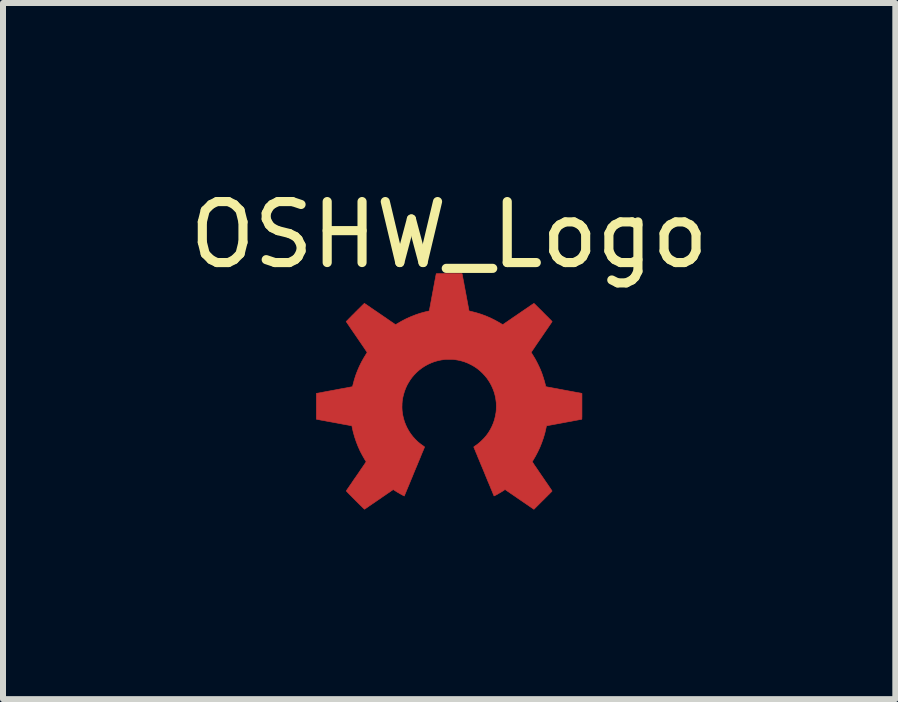
<source format=kicad_pcb>
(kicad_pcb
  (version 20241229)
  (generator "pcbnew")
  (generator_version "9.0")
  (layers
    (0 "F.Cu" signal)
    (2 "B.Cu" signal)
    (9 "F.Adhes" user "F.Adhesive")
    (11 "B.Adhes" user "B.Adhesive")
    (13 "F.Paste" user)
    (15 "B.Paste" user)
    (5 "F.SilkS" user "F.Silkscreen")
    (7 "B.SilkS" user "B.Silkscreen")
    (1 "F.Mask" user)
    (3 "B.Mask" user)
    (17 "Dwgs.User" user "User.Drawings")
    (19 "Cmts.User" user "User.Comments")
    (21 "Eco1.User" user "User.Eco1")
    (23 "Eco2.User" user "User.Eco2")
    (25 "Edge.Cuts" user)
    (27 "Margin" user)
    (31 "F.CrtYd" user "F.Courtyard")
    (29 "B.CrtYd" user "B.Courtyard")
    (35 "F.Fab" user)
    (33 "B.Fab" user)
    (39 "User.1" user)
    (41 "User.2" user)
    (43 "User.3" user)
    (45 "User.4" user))
  (footprint "OSHW_Logo"
    (layer "F.Cu")
    (at 4.433 3.719)
    (property "Reference" "OSHW_Logo" (at 0 -2.857 0) (layer "F.SilkS") (effects (font (size 1.016 1.016) (thickness 0.152))))
    (attr through_hole)
    (fp_poly (pts (xy 0.034 -2.212) (xy 0.06 -2.212) (xy 0.086 -2.212) (xy 0.111 -2.211) (xy 0.134 -2.211) (xy 0.155 -2.211) (xy 0.173 -2.211) (xy 0.189 -2.21) (xy 0.201 -2.21) (xy 0.21 -2.209) (xy 0.215 -2.209) (xy 0.215 -2.209) (xy 0.216 -2.206) (xy 0.217 -2.199) (xy 0.219 -2.188) (xy 0.222 -2.174) (xy 0.225 -2.156) (xy 0.229 -2.134) (xy 0.234 -2.11) (xy 0.239 -2.083) (xy 0.245 -2.054) (xy 0.25 -2.022) (xy 0.257 -1.989) (xy 0.263 -1.954) (xy 0.27 -1.917) (xy 0.274 -1.897) (xy 0.331 -1.589) (xy 0.365 -1.581) (xy 0.448 -1.56) (xy 0.53 -1.535) (xy 0.611 -1.505) (xy 0.69 -1.471) (xy 0.768 -1.432) (xy 0.843 -1.39) (xy 0.866 -1.376) (xy 0.876 -1.37) (xy 0.884 -1.366) (xy 0.891 -1.362) (xy 0.895 -1.361) (xy 0.895 -1.361) (xy 0.897 -1.363) (xy 0.903 -1.367) (xy 0.912 -1.373) (xy 0.924 -1.381) (xy 0.939 -1.392) (xy 0.957 -1.404) (xy 0.978 -1.418) (xy 1 -1.434) (xy 1.025 -1.45) (xy 1.051 -1.469) (xy 1.079 -1.488) (xy 1.109 -1.508) (xy 1.139 -1.529) (xy 1.154 -1.539) (xy 1.185 -1.56) (xy 1.215 -1.581) (xy 1.243 -1.6) (xy 1.271 -1.619) (xy 1.296 -1.636) (xy 1.32 -1.652) (xy 1.341 -1.667) (xy 1.36 -1.68) (xy 1.376 -1.691) (xy 1.39 -1.7) (xy 1.401 -1.707) (xy 1.408 -1.712) (xy 1.412 -1.715) (xy 1.412 -1.715) (xy 1.414 -1.713) (xy 1.419 -1.709) (xy 1.427 -1.702) (xy 1.437 -1.692) (xy 1.449 -1.68) (xy 1.463 -1.666) (xy 1.478 -1.651) (xy 1.495 -1.634) (xy 1.513 -1.616) (xy 1.532 -1.598) (xy 1.551 -1.579) (xy 1.57 -1.559) (xy 1.589 -1.54) (xy 1.608 -1.521) (xy 1.626 -1.503) (xy 1.644 -1.486) (xy 1.66 -1.469) (xy 1.674 -1.455) (xy 1.687 -1.442) (xy 1.698 -1.431) (xy 1.706 -1.422) (xy 1.712 -1.416) (xy 1.715 -1.413) (xy 1.716 -1.412) (xy 1.714 -1.41) (xy 1.711 -1.404) (xy 1.705 -1.395) (xy 1.696 -1.383) (xy 1.686 -1.368) (xy 1.674 -1.35) (xy 1.66 -1.33) (xy 1.645 -1.308) (xy 1.628 -1.283) (xy 1.61 -1.257) (xy 1.591 -1.229) (xy 1.571 -1.2) (xy 1.55 -1.169) (xy 1.541 -1.156) (xy 1.52 -1.125) (xy 1.499 -1.095) (xy 1.48 -1.067) (xy 1.461 -1.04) (xy 1.444 -1.014) (xy 1.428 -0.991) (xy 1.414 -0.969) (xy 1.401 -0.951) (xy 1.39 -0.934) (xy 1.381 -0.921) (xy 1.374 -0.91) (xy 1.369 -0.903) (xy 1.366 -0.899) (xy 1.366 -0.899) (xy 1.367 -0.896) (xy 1.371 -0.89) (xy 1.376 -0.882) (xy 1.382 -0.873) (xy 1.384 -0.869) (xy 1.407 -0.832) (xy 1.431 -0.792) (xy 1.454 -0.75) (xy 1.476 -0.707) (xy 1.496 -0.665) (xy 1.503 -0.651) (xy 1.522 -0.607) (xy 1.541 -0.56) (xy 1.558 -0.511) (xy 1.574 -0.461) (xy 1.589 -0.412) (xy 1.601 -0.365) (xy 1.601 -0.364) (xy 1.61 -0.328) (xy 1.62 -0.326) (xy 1.623 -0.325) (xy 1.631 -0.323) (xy 1.642 -0.321) (xy 1.658 -0.318) (xy 1.676 -0.315) (xy 1.698 -0.311) (xy 1.723 -0.306) (xy 1.751 -0.301) (xy 1.78 -0.296) (xy 1.812 -0.29) (xy 1.845 -0.283) (xy 1.88 -0.277) (xy 1.916 -0.27) (xy 1.921 -0.269) (xy 2.212 -0.215) (xy 2.212 -0.00027) (xy 2.212 0.036) (xy 2.212 0.068) (xy 2.212 0.096) (xy 2.212 0.12) (xy 2.212 0.141) (xy 2.212 0.159) (xy 2.212 0.173) (xy 2.211 0.185) (xy 2.211 0.194) (xy 2.211 0.202) (xy 2.211 0.207) (xy 2.21 0.211) (xy 2.21 0.213) (xy 2.209 0.215) (xy 2.209 0.216) (xy 2.208 0.216) (xy 2.205 0.216) (xy 2.198 0.218) (xy 2.187 0.22) (xy 2.173 0.222) (xy 2.154 0.226) (xy 2.133 0.23) (xy 2.109 0.234) (xy 2.082 0.239) (xy 2.053 0.245) (xy 2.022 0.251) (xy 1.988 0.257) (xy 1.954 0.263) (xy 1.918 0.27) (xy 1.913 0.271) (xy 1.621 0.325) (xy 1.613 0.365) (xy 1.594 0.447) (xy 1.57 0.528) (xy 1.542 0.607) (xy 1.511 0.685) (xy 1.475 0.761) (xy 1.436 0.835) (xy 1.404 0.889) (xy 1.398 0.9) (xy 1.392 0.909) (xy 1.387 0.917) (xy 1.385 0.921) (xy 1.384 0.922) (xy 1.385 0.925) (xy 1.389 0.931) (xy 1.395 0.94) (xy 1.404 0.953) (xy 1.414 0.97) (xy 1.427 0.989) (xy 1.442 1.011) (xy 1.46 1.037) (xy 1.479 1.065) (xy 1.499 1.095) (xy 1.522 1.128) (xy 1.546 1.164) (xy 1.549 1.167) (xy 1.569 1.197) (xy 1.589 1.226) (xy 1.608 1.254) (xy 1.626 1.28) (xy 1.643 1.304) (xy 1.658 1.327) (xy 1.672 1.347) (xy 1.684 1.365) (xy 1.694 1.381) (xy 1.703 1.393) (xy 1.709 1.403) (xy 1.713 1.409) (xy 1.714 1.411) (xy 1.714 1.411) (xy 1.713 1.414) (xy 1.708 1.419) (xy 1.701 1.427) (xy 1.691 1.437) (xy 1.678 1.45) (xy 1.664 1.465) (xy 1.647 1.481) (xy 1.629 1.5) (xy 1.609 1.519) (xy 1.589 1.54) (xy 1.567 1.562) (xy 1.563 1.565) (xy 1.412 1.716) (xy 1.203 1.573) (xy 1.174 1.553) (xy 1.146 1.534) (xy 1.119 1.515) (xy 1.093 1.497) (xy 1.069 1.481) (xy 1.046 1.465) (xy 1.025 1.451) (xy 1.007 1.438) (xy 0.991 1.427) (xy 0.978 1.419) (xy 0.969 1.412) (xy 0.963 1.408) (xy 0.931 1.386) (xy 0.91 1.401) (xy 0.896 1.41) (xy 0.881 1.419) (xy 0.865 1.429) (xy 0.848 1.439) (xy 0.831 1.449) (xy 0.814 1.459) (xy 0.799 1.468) (xy 0.784 1.476) (xy 0.771 1.482) (xy 0.761 1.488) (xy 0.753 1.491) (xy 0.749 1.493) (xy 0.747 1.493) (xy 0.746 1.491) (xy 0.744 1.484) (xy 0.74 1.474) (xy 0.734 1.461) (xy 0.727 1.444) (xy 0.719 1.424) (xy 0.71 1.402) (xy 0.699 1.377) (xy 0.688 1.349) (xy 0.676 1.32) (xy 0.663 1.289) (xy 0.649 1.257) (xy 0.635 1.223) (xy 0.621 1.188) (xy 0.606 1.153) (xy 0.592 1.117) (xy 0.577 1.081) (xy 0.562 1.045) (xy 0.547 1.009) (xy 0.532 0.974) (xy 0.518 0.94) (xy 0.504 0.906) (xy 0.491 0.874) (xy 0.478 0.844) (xy 0.467 0.815) (xy 0.456 0.789) (xy 0.445 0.764) (xy 0.437 0.742) (xy 0.429 0.724) (xy 0.422 0.708) (xy 0.417 0.695) (xy 0.413 0.686) (xy 0.411 0.681) (xy 0.411 0.68) (xy 0.411 0.678) (xy 0.412 0.676) (xy 0.414 0.673) (xy 0.419 0.669) (xy 0.428 0.663) (xy 0.438 0.656) (xy 0.466 0.637) (xy 0.49 0.617) (xy 0.514 0.597) (xy 0.538 0.575) (xy 0.555 0.558) (xy 0.579 0.534) (xy 0.599 0.511) (xy 0.618 0.489) (xy 0.636 0.465) (xy 0.654 0.439) (xy 0.655 0.438) (xy 0.686 0.387) (xy 0.713 0.334) (xy 0.736 0.28) (xy 0.755 0.224) (xy 0.769 0.166) (xy 0.78 0.106) (xy 0.783 0.079) (xy 0.784 0.065) (xy 0.785 0.048) (xy 0.785 0.028) (xy 0.786 0.007) (xy 0.786 -0.014) (xy 0.785 -0.034) (xy 0.785 -0.052) (xy 0.784 -0.067) (xy 0.783 -0.073) (xy 0.775 -0.133) (xy 0.763 -0.189) (xy 0.747 -0.244) (xy 0.727 -0.296) (xy 0.704 -0.347) (xy 0.676 -0.398) (xy 0.664 -0.417) (xy 0.631 -0.466) (xy 0.594 -0.511) (xy 0.554 -0.554) (xy 0.511 -0.594) (xy 0.465 -0.631) (xy 0.416 -0.664) (xy 0.364 -0.693) (xy 0.311 -0.719) (xy 0.255 -0.741) (xy 0.251 -0.742) (xy 0.215 -0.753) (xy 0.177 -0.763) (xy 0.138 -0.771) (xy 0.099 -0.777) (xy 0.074 -0.78) (xy 0.059 -0.781) (xy 0.04 -0.782) (xy 0.02 -0.782) (xy -0.002 -0.782) (xy -0.023 -0.782) (xy -0.044 -0.781) (xy -0.061 -0.781) (xy -0.073 -0.78) (xy -0.132 -0.772) (xy -0.189 -0.76) (xy -0.245 -0.744) (xy -0.3 -0.723) (xy -0.353 -0.699) (xy -0.404 -0.671) (xy -0.453 -0.639) (xy -0.499 -0.604) (xy -0.543 -0.565) (xy -0.583 -0.524) (xy -0.621 -0.479) (xy -0.655 -0.431) (xy -0.686 -0.38) (xy -0.701 -0.353) (xy -0.725 -0.301) (xy -0.744 -0.25) (xy -0.76 -0.197) (xy -0.773 -0.143) (xy -0.781 -0.087) (xy -0.782 -0.084) (xy -0.783 -0.067) (xy -0.785 -0.046) (xy -0.785 -0.023) (xy -0.786 0.001) (xy -0.786 0.024) (xy -0.785 0.047) (xy -0.784 0.067) (xy -0.783 0.079) (xy -0.775 0.139) (xy -0.762 0.196) (xy -0.746 0.252) (xy -0.725 0.307) (xy -0.702 0.356) (xy -0.673 0.409) (xy -0.64 0.459) (xy -0.603 0.507) (xy -0.563 0.551) (xy -0.52 0.593) (xy -0.473 0.631) (xy -0.432 0.66) (xy -0.423 0.666) (xy -0.416 0.672) (xy -0.411 0.676) (xy -0.41 0.678) (xy -0.41 0.678) (xy -0.411 0.68) (xy -0.413 0.687) (xy -0.417 0.697) (xy -0.423 0.711) (xy -0.43 0.728) (xy -0.439 0.749) (xy -0.449 0.772) (xy -0.46 0.799) (xy -0.472 0.828) (xy -0.484 0.859) (xy -0.498 0.892) (xy -0.513 0.928) (xy -0.528 0.965) (xy -0.544 1.003) (xy -0.561 1.043) (xy -0.576 1.079) (xy -0.593 1.12) (xy -0.609 1.16) (xy -0.625 1.199) (xy -0.641 1.236) (xy -0.655 1.271) (xy -0.669 1.305) (xy -0.682 1.336) (xy -0.694 1.365) (xy -0.705 1.391) (xy -0.715 1.415) (xy -0.723 1.436) (xy -0.731 1.453) (xy -0.736 1.467) (xy -0.741 1.477) (xy -0.743 1.484) (xy -0.744 1.486) (xy -0.748 1.495) (xy -0.762 1.487) (xy -0.778 1.479) (xy -0.796 1.469) (xy -0.816 1.458) (xy -0.838 1.445) (xy -0.859 1.433) (xy -0.88 1.42) (xy -0.899 1.408) (xy -0.913 1.399) (xy -0.922 1.393) (xy -0.929 1.389) (xy -0.933 1.388) (xy -0.934 1.388) (xy -0.936 1.39) (xy -0.942 1.394) (xy -0.951 1.4) (xy -0.963 1.408) (xy -0.977 1.418) (xy -0.994 1.43) (xy -1.014 1.443) (xy -1.035 1.457) (xy -1.057 1.473) (xy -1.081 1.489) (xy -1.106 1.506) (xy -1.131 1.524) (xy -1.157 1.542) (xy -1.183 1.559) (xy -1.209 1.577) (xy -1.235 1.595) (xy -1.26 1.612) (xy -1.284 1.628) (xy -1.307 1.644) (xy -1.328 1.658) (xy -1.347 1.672) (xy -1.365 1.684) (xy -1.379 1.694) (xy -1.392 1.702) (xy -1.401 1.709) (xy -1.407 1.713) (xy -1.41 1.714) (xy -1.41 1.714) (xy -1.412 1.713) (xy -1.417 1.709) (xy -1.425 1.701) (xy -1.435 1.692) (xy -1.448 1.679) (xy -1.462 1.665) (xy -1.479 1.649) (xy -1.497 1.631) (xy -1.517 1.611) (xy -1.538 1.59) (xy -1.56 1.569) (xy -1.564 1.564) (xy -1.592 1.536) (xy -1.617 1.511) (xy -1.638 1.489) (xy -1.657 1.471) (xy -1.673 1.454) (xy -1.686 1.441) (xy -1.696 1.43) (xy -1.704 1.421) (xy -1.71 1.415) (xy -1.713 1.411) (xy -1.714 1.409) (xy -1.714 1.409) (xy -1.713 1.407) (xy -1.709 1.401) (xy -1.703 1.392) (xy -1.694 1.379) (xy -1.684 1.364) (xy -1.671 1.346) (xy -1.658 1.326) (xy -1.642 1.304) (xy -1.625 1.279) (xy -1.608 1.253) (xy -1.589 1.225) (xy -1.569 1.196) (xy -1.548 1.167) (xy -1.548 1.166) (xy -1.527 1.136) (xy -1.507 1.107) (xy -1.489 1.08) (xy -1.471 1.053) (xy -1.454 1.029) (xy -1.439 1.007) (xy -1.425 0.987) (xy -1.413 0.969) (xy -1.403 0.954) (xy -1.394 0.941) (xy -1.388 0.932) (xy -1.385 0.927) (xy -1.383 0.924) (xy -1.383 0.924) (xy -1.384 0.922) (xy -1.387 0.916) (xy -1.392 0.908) (xy -1.398 0.899) (xy -1.4 0.896) (xy -1.442 0.823) (xy -1.482 0.748) (xy -1.517 0.67) (xy -1.548 0.591) (xy -1.575 0.511) (xy -1.598 0.429) (xy -1.612 0.369) (xy -1.615 0.355) (xy -1.617 0.344) (xy -1.619 0.334) (xy -1.621 0.328) (xy -1.622 0.325) (xy -1.622 0.325) (xy -1.624 0.324) (xy -1.63 0.323) (xy -1.641 0.321) (xy -1.655 0.319) (xy -1.673 0.315) (xy -1.694 0.311) (xy -1.718 0.307) (xy -1.744 0.302) (xy -1.773 0.297) (xy -1.804 0.291) (xy -1.837 0.285) (xy -1.872 0.278) (xy -1.907 0.272) (xy -1.912 0.271) (xy -1.948 0.264) (xy -1.983 0.258) (xy -2.016 0.252) (xy -2.048 0.246) (xy -2.077 0.24) (xy -2.104 0.235) (xy -2.129 0.231) (xy -2.151 0.227) (xy -2.169 0.223) (xy -2.184 0.22) (xy -2.196 0.218) (xy -2.204 0.217) (xy -2.207 0.216) (xy -2.207 0.216) (xy -2.212 0.215) (xy -2.212 -0.000251) (xy -2.212 -0.215) (xy -1.915 -0.27) (xy -1.878 -0.277) (xy -1.843 -0.284) (xy -1.809 -0.29) (xy -1.778 -0.296) (xy -1.748 -0.301) (xy -1.72 -0.306) (xy -1.695 -0.311) (xy -1.673 -0.315) (xy -1.654 -0.319) (xy -1.638 -0.322) (xy -1.626 -0.324) (xy -1.618 -0.326) (xy -1.614 -0.326) (xy -1.614 -0.326) (xy -1.612 -0.328) (xy -1.61 -0.333) (xy -1.607 -0.34) (xy -1.604 -0.352) (xy -1.601 -0.364) (xy -1.581 -0.44) (xy -1.557 -0.516) (xy -1.528 -0.592) (xy -1.496 -0.666) (xy -1.46 -0.739) (xy -1.42 -0.81) (xy -1.387 -0.864) (xy -1.38 -0.875) (xy -1.374 -0.885) (xy -1.37 -0.892) (xy -1.367 -0.897) (xy -1.366 -0.899) (xy -1.368 -0.901) (xy -1.371 -0.907) (xy -1.377 -0.916) (xy -1.386 -0.928) (xy -1.396 -0.943) (xy -1.408 -0.961) (xy -1.422 -0.982) (xy -1.437 -1.004) (xy -1.454 -1.029) (xy -1.472 -1.055) (xy -1.491 -1.083) (xy -1.511 -1.112) (xy -1.532 -1.143) (xy -1.541 -1.156) (xy -1.562 -1.187) (xy -1.583 -1.217) (xy -1.602 -1.245) (xy -1.621 -1.272) (xy -1.638 -1.297) (xy -1.654 -1.321) (xy -1.668 -1.342) (xy -1.681 -1.361) (xy -1.692 -1.377) (xy -1.701 -1.391) (xy -1.708 -1.401) (xy -1.713 -1.408) (xy -1.715 -1.412) (xy -1.716 -1.412) (xy -1.714 -1.414) (xy -1.709 -1.419) (xy -1.702 -1.426) (xy -1.692 -1.436) (xy -1.68 -1.448) (xy -1.667 -1.462) (xy -1.651 -1.478) (xy -1.634 -1.495) (xy -1.617 -1.513) (xy -1.598 -1.531) (xy -1.579 -1.55) (xy -1.56 -1.57) (xy -1.54 -1.589) (xy -1.522 -1.608) (xy -1.503 -1.626) (xy -1.486 -1.643) (xy -1.47 -1.659) (xy -1.455 -1.674) (xy -1.442 -1.687) (xy -1.431 -1.697) (xy -1.422 -1.706) (xy -1.416 -1.712) (xy -1.413 -1.715) (xy -1.412 -1.715) (xy -1.41 -1.714) (xy -1.405 -1.71) (xy -1.395 -1.704) (xy -1.383 -1.696) (xy -1.368 -1.686) (xy -1.35 -1.673) (xy -1.33 -1.66) (xy -1.308 -1.644) (xy -1.283 -1.627) (xy -1.257 -1.609) (xy -1.229 -1.59) (xy -1.199 -1.57) (xy -1.169 -1.549) (xy -1.154 -1.539) (xy -1.123 -1.518) (xy -1.093 -1.497) (xy -1.064 -1.478) (xy -1.037 -1.459) (xy -1.012 -1.441) (xy -0.988 -1.425) (xy -0.967 -1.41) (xy -0.947 -1.397) (xy -0.931 -1.386) (xy -0.917 -1.377) (xy -0.907 -1.369) (xy -0.899 -1.364) (xy -0.895 -1.362) (xy -0.895 -1.361) (xy -0.892 -1.362) (xy -0.886 -1.365) (xy -0.878 -1.369) (xy -0.868 -1.375) (xy -0.866 -1.376) (xy -0.792 -1.419) (xy -0.717 -1.458) (xy -0.639 -1.493) (xy -0.561 -1.524) (xy -0.481 -1.551) (xy -0.4 -1.573) (xy -0.365 -1.581) (xy -0.331 -1.589) (xy -0.274 -1.897) (xy -0.267 -1.934) (xy -0.26 -1.97) (xy -0.254 -2.005) (xy -0.248 -2.037) (xy -0.242 -2.068) (xy -0.237 -2.096) (xy -0.232 -2.122) (xy -0.227 -2.145) (xy -0.224 -2.165) (xy -0.221 -2.181) (xy -0.218 -2.194) (xy -0.216 -2.203) (xy -0.215 -2.208) (xy -0.215 -2.209) (xy -0.213 -2.209) (xy -0.206 -2.21) (xy -0.196 -2.21) (xy -0.182 -2.21) (xy -0.165 -2.211) (xy -0.145 -2.211) (xy -0.123 -2.211) (xy -0.099 -2.211) (xy -0.074 -2.212) (xy -0.048 -2.212) (xy -0.021 -2.212) (xy 0.006 -2.212) (xy 0.034 -2.212)) (stroke (width 0.01) (type solid)) (fill yes) (layer "F.Cu"))
    (fp_poly (pts (xy 0.044 -2.341) (xy 0.083 -2.341) (xy 0.119 -2.341) (xy 0.15 -2.341) (xy 0.178 -2.341) (xy 0.202 -2.341) (xy 0.223 -2.341) (xy 0.241 -2.34) (xy 0.257 -2.34) (xy 0.269 -2.34) (xy 0.28 -2.34) (xy 0.289 -2.34) (xy 0.296 -2.339) (xy 0.301 -2.339) (xy 0.305 -2.339) (xy 0.308 -2.338) (xy 0.31 -2.338) (xy 0.312 -2.337) (xy 0.313 -2.337) (xy 0.313 -2.336) (xy 0.319 -2.331) (xy 0.324 -2.325) (xy 0.324 -2.324) (xy 0.325 -2.321) (xy 0.326 -2.314) (xy 0.329 -2.302) (xy 0.332 -2.287) (xy 0.336 -2.268) (xy 0.34 -2.247) (xy 0.345 -2.222) (xy 0.35 -2.195) (xy 0.356 -2.165) (xy 0.362 -2.133) (xy 0.368 -2.1) (xy 0.374 -2.065) (xy 0.381 -2.028) (xy 0.383 -2.018) (xy 0.39 -1.981) (xy 0.397 -1.946) (xy 0.403 -1.912) (xy 0.409 -1.879) (xy 0.415 -1.849) (xy 0.42 -1.821) (xy 0.425 -1.796) (xy 0.43 -1.773) (xy 0.434 -1.754) (xy 0.437 -1.737) (xy 0.439 -1.725) (xy 0.441 -1.716) (xy 0.442 -1.712) (xy 0.442 -1.711) (xy 0.447 -1.705) (xy 0.453 -1.698) (xy 0.453 -1.697) (xy 0.457 -1.695) (xy 0.464 -1.692) (xy 0.475 -1.687) (xy 0.488 -1.681) (xy 0.505 -1.674) (xy 0.524 -1.666) (xy 0.546 -1.657) (xy 0.569 -1.647) (xy 0.593 -1.637) (xy 0.619 -1.626) (xy 0.645 -1.615) (xy 0.672 -1.605) (xy 0.698 -1.594) (xy 0.724 -1.583) (xy 0.749 -1.573) (xy 0.773 -1.563) (xy 0.796 -1.554) (xy 0.817 -1.546) (xy 0.835 -1.539) (xy 0.851 -1.532) (xy 0.864 -1.527) (xy 0.874 -1.524) (xy 0.88 -1.522) (xy 0.881 -1.522) (xy 0.893 -1.523) (xy 0.901 -1.525) (xy 0.904 -1.527) (xy 0.911 -1.531) (xy 0.921 -1.538) (xy 0.934 -1.547) (xy 0.95 -1.557) (xy 0.968 -1.57) (xy 0.989 -1.584) (xy 1.013 -1.6) (xy 1.038 -1.617) (xy 1.064 -1.635) (xy 1.093 -1.654) (xy 1.122 -1.675) (xy 1.152 -1.695) (xy 1.158 -1.699) (xy 1.189 -1.72) (xy 1.218 -1.741) (xy 1.247 -1.76) (xy 1.274 -1.778) (xy 1.299 -1.796) (xy 1.322 -1.811) (xy 1.344 -1.826) (xy 1.363 -1.839) (xy 1.379 -1.849) (xy 1.392 -1.858) (xy 1.403 -1.865) (xy 1.41 -1.87) (xy 1.413 -1.872) (xy 1.414 -1.872) (xy 1.424 -1.874) (xy 1.431 -1.873) (xy 1.432 -1.873) (xy 1.434 -1.872) (xy 1.437 -1.87) (xy 1.44 -1.868) (xy 1.444 -1.864) (xy 1.449 -1.86) (xy 1.456 -1.854) (xy 1.464 -1.846) (xy 1.473 -1.837) (xy 1.484 -1.826) (xy 1.498 -1.813) (xy 1.513 -1.798) (xy 1.53 -1.781) (xy 1.55 -1.761) (xy 1.573 -1.739) (xy 1.598 -1.713) (xy 1.626 -1.685) (xy 1.655 -1.657) (xy 1.687 -1.625) (xy 1.715 -1.597) (xy 1.741 -1.571) (xy 1.763 -1.548) (xy 1.783 -1.528) (xy 1.801 -1.511) (xy 1.816 -1.495) (xy 1.829 -1.482) (xy 1.84 -1.47) (xy 1.85 -1.46) (xy 1.857 -1.452) (xy 1.863 -1.445) (xy 1.868 -1.439) (xy 1.871 -1.434) (xy 1.873 -1.43) (xy 1.875 -1.427) (xy 1.875 -1.424) (xy 1.875 -1.422) (xy 1.874 -1.42) (xy 1.874 -1.417) (xy 1.873 -1.415) (xy 1.872 -1.414) (xy 1.871 -1.411) (xy 1.866 -1.404) (xy 1.86 -1.394) (xy 1.851 -1.381) (xy 1.841 -1.365) (xy 1.828 -1.347) (xy 1.814 -1.326) (xy 1.799 -1.303) (xy 1.782 -1.278) (xy 1.764 -1.252) (xy 1.745 -1.224) (xy 1.725 -1.195) (xy 1.704 -1.164) (xy 1.704 -1.164) (xy 1.683 -1.134) (xy 1.663 -1.105) (xy 1.644 -1.077) (xy 1.626 -1.05) (xy 1.609 -1.026) (xy 1.593 -1.003) (xy 1.579 -0.982) (xy 1.566 -0.963) (xy 1.556 -0.947) (xy 1.547 -0.934) (xy 1.54 -0.924) (xy 1.536 -0.917) (xy 1.534 -0.914) (xy 1.532 -0.911) (xy 1.53 -0.908) (xy 1.529 -0.905) (xy 1.529 -0.902) (xy 1.529 -0.898) (xy 1.529 -0.894) (xy 1.53 -0.888) (xy 1.532 -0.881) (xy 1.535 -0.872) (xy 1.539 -0.862) (xy 1.544 -0.849) (xy 1.55 -0.834) (xy 1.557 -0.816) (xy 1.566 -0.796) (xy 1.576 -0.772) (xy 1.587 -0.745) (xy 1.601 -0.714) (xy 1.615 -0.679) (xy 1.62 -0.669) (xy 1.632 -0.639) (xy 1.645 -0.611) (xy 1.656 -0.584) (xy 1.667 -0.559) (xy 1.678 -0.535) (xy 1.687 -0.514) (xy 1.695 -0.496) (xy 1.702 -0.48) (xy 1.708 -0.468) (xy 1.712 -0.459) (xy 1.714 -0.454) (xy 1.715 -0.453) (xy 1.716 -0.451) (xy 1.718 -0.449) (xy 1.72 -0.447) (xy 1.722 -0.445) (xy 1.724 -0.443) (xy 1.728 -0.442) (xy 1.733 -0.44) (xy 1.739 -0.438) (xy 1.747 -0.436) (xy 1.756 -0.433) (xy 1.768 -0.431) (xy 1.781 -0.428) (xy 1.798 -0.425) (xy 1.817 -0.421) (xy 1.839 -0.417) (xy 1.864 -0.412) (xy 1.893 -0.406) (xy 1.925 -0.4) (xy 1.962 -0.394) (xy 2.002 -0.386) (xy 2.028 -0.381) (xy 2.064 -0.375) (xy 2.099 -0.368) (xy 2.132 -0.362) (xy 2.164 -0.356) (xy 2.193 -0.35) (xy 2.221 -0.345) (xy 2.246 -0.34) (xy 2.268 -0.336) (xy 2.287 -0.332) (xy 2.302 -0.329) (xy 2.314 -0.326) (xy 2.322 -0.325) (xy 2.325 -0.324) (xy 2.326 -0.324) (xy 2.332 -0.319) (xy 2.337 -0.313) (xy 2.337 -0.313) (xy 2.338 -0.312) (xy 2.338 -0.31) (xy 2.339 -0.308) (xy 2.339 -0.306) (xy 2.34 -0.302) (xy 2.34 -0.298) (xy 2.34 -0.292) (xy 2.34 -0.284) (xy 2.341 -0.274) (xy 2.341 -0.263) (xy 2.341 -0.248) (xy 2.341 -0.232) (xy 2.341 -0.212) (xy 2.341 -0.19) (xy 2.341 -0.164) (xy 2.341 -0.134) (xy 2.341 -0.101) (xy 2.341 -0.064) (xy 2.341 -0.022) (xy 2.341 0.001) (xy 2.341 0.307) (xy 2.333 0.317) (xy 2.327 0.322) (xy 2.321 0.326) (xy 2.318 0.327) (xy 2.315 0.328) (xy 2.308 0.329) (xy 2.297 0.331) (xy 2.282 0.334) (xy 2.264 0.337) (xy 2.242 0.341) (xy 2.218 0.346) (xy 2.191 0.351) (xy 2.162 0.356) (xy 2.131 0.362) (xy 2.098 0.368) (xy 2.063 0.375) (xy 2.032 0.381) (xy 1.997 0.387) (xy 1.963 0.394) (xy 1.93 0.4) (xy 1.899 0.406) (xy 1.87 0.411) (xy 1.843 0.416) (xy 1.819 0.421) (xy 1.798 0.425) (xy 1.78 0.428) (xy 1.766 0.431) (xy 1.755 0.434) (xy 1.748 0.435) (xy 1.746 0.436) (xy 1.738 0.442) (xy 1.73 0.45) (xy 1.724 0.459) (xy 1.723 0.462) (xy 1.72 0.469) (xy 1.716 0.48) (xy 1.71 0.494) (xy 1.703 0.511) (xy 1.695 0.532) (xy 1.686 0.554) (xy 1.676 0.579) (xy 1.665 0.606) (xy 1.653 0.634) (xy 1.642 0.664) (xy 1.633 0.686) (xy 1.618 0.722) (xy 1.605 0.754) (xy 1.594 0.783) (xy 1.584 0.808) (xy 1.576 0.829) (xy 1.568 0.848) (xy 1.562 0.864) (xy 1.557 0.877) (xy 1.553 0.888) (xy 1.55 0.896) (xy 1.548 0.903) (xy 1.546 0.909) (xy 1.545 0.913) (xy 1.545 0.916) (xy 1.545 0.917) (xy 1.545 0.926) (xy 1.547 0.933) (xy 1.552 0.942) (xy 1.558 0.952) (xy 1.56 0.954) (xy 1.566 0.963) (xy 1.575 0.975) (xy 1.585 0.99) (xy 1.597 1.007) (xy 1.61 1.027) (xy 1.624 1.048) (xy 1.64 1.07) (xy 1.656 1.094) (xy 1.673 1.119) (xy 1.691 1.144) (xy 1.708 1.17) (xy 1.726 1.196) (xy 1.744 1.222) (xy 1.761 1.247) (xy 1.778 1.272) (xy 1.794 1.295) (xy 1.809 1.318) (xy 1.823 1.338) (xy 1.835 1.357) (xy 1.846 1.373) (xy 1.856 1.387) (xy 1.863 1.399) (xy 1.869 1.407) (xy 1.872 1.412) (xy 1.873 1.413) (xy 1.874 1.42) (xy 1.874 1.428) (xy 1.874 1.43) (xy 1.874 1.431) (xy 1.873 1.433) (xy 1.872 1.435) (xy 1.871 1.437) (xy 1.869 1.44) (xy 1.865 1.444) (xy 1.861 1.449) (xy 1.856 1.455) (xy 1.849 1.462) (xy 1.841 1.471) (xy 1.831 1.481) (xy 1.819 1.493) (xy 1.805 1.507) (xy 1.789 1.523) (xy 1.771 1.542) (xy 1.749 1.563) (xy 1.726 1.587) (xy 1.699 1.614) (xy 1.669 1.644) (xy 1.661 1.652) (xy 1.635 1.678) (xy 1.609 1.704) (xy 1.585 1.728) (xy 1.562 1.751) (xy 1.54 1.772) (xy 1.52 1.792) (xy 1.502 1.81) (xy 1.485 1.826) (xy 1.471 1.84) (xy 1.46 1.852) (xy 1.451 1.86) (xy 1.445 1.866) (xy 1.442 1.869) (xy 1.441 1.869) (xy 1.435 1.872) (xy 1.428 1.873) (xy 1.422 1.873) (xy 1.42 1.873) (xy 1.418 1.872) (xy 1.415 1.871) (xy 1.412 1.87) (xy 1.408 1.868) (xy 1.404 1.865) (xy 1.398 1.862) (xy 1.39 1.857) (xy 1.381 1.851) (xy 1.37 1.844) (xy 1.357 1.835) (xy 1.342 1.825) (xy 1.324 1.813) (xy 1.304 1.799) (xy 1.281 1.783) (xy 1.254 1.765) (xy 1.225 1.745) (xy 1.192 1.722) (xy 1.181 1.715) (xy 1.152 1.695) (xy 1.123 1.675) (xy 1.096 1.657) (xy 1.07 1.639) (xy 1.046 1.623) (xy 1.024 1.608) (xy 1.004 1.594) (xy 0.987 1.582) (xy 0.972 1.572) (xy 0.96 1.564) (xy 0.951 1.559) (xy 0.946 1.555) (xy 0.945 1.554) (xy 0.937 1.551) (xy 0.928 1.55) (xy 0.927 1.55) (xy 0.924 1.55) (xy 0.921 1.551) (xy 0.917 1.552) (xy 0.912 1.554) (xy 0.906 1.557) (xy 0.897 1.561) (xy 0.886 1.567) (xy 0.872 1.575) (xy 0.855 1.584) (xy 0.847 1.588) (xy 0.831 1.597) (xy 0.812 1.607) (xy 0.792 1.618) (xy 0.772 1.628) (xy 0.754 1.638) (xy 0.75 1.64) (xy 0.698 1.666) (xy 0.688 1.663) (xy 0.679 1.658) (xy 0.674 1.653) (xy 0.673 1.65) (xy 0.67 1.643) (xy 0.665 1.632) (xy 0.659 1.618) (xy 0.652 1.6) (xy 0.643 1.579) (xy 0.633 1.555) (xy 0.621 1.527) (xy 0.609 1.497) (xy 0.595 1.465) (xy 0.581 1.43) (xy 0.565 1.392) (xy 0.549 1.353) (xy 0.532 1.312) (xy 0.514 1.27) (xy 0.496 1.226) (xy 0.477 1.181) (xy 0.463 1.146) (xy 0.439 1.088) (xy 0.417 1.034) (xy 0.396 0.984) (xy 0.377 0.938) (xy 0.36 0.896) (xy 0.344 0.858) (xy 0.33 0.823) (xy 0.317 0.791) (xy 0.305 0.763) (xy 0.295 0.738) (xy 0.286 0.716) (xy 0.278 0.697) (xy 0.272 0.681) (xy 0.267 0.668) (xy 0.263 0.657) (xy 0.259 0.648) (xy 0.257 0.642) (xy 0.256 0.638) (xy 0.256 0.636) (xy 0.256 0.629) (xy 0.258 0.623) (xy 0.262 0.617) (xy 0.268 0.611) (xy 0.278 0.604) (xy 0.29 0.596) (xy 0.295 0.593) (xy 0.307 0.585) (xy 0.319 0.578) (xy 0.33 0.57) (xy 0.338 0.564) (xy 0.34 0.563) (xy 0.349 0.555) (xy 0.36 0.547) (xy 0.369 0.541) (xy 0.399 0.52) (xy 0.429 0.494) (xy 0.459 0.465) (xy 0.461 0.464) (xy 0.492 0.431) (xy 0.519 0.399) (xy 0.543 0.365) (xy 0.565 0.33) (xy 0.584 0.294) (xy 0.606 0.245) (xy 0.624 0.194) (xy 0.638 0.142) (xy 0.647 0.09) (xy 0.652 0.038) (xy 0.653 -0.015) (xy 0.649 -0.067) (xy 0.641 -0.119) (xy 0.629 -0.171) (xy 0.613 -0.221) (xy 0.592 -0.27) (xy 0.568 -0.318) (xy 0.539 -0.364) (xy 0.509 -0.406) (xy 0.497 -0.42) (xy 0.482 -0.437) (xy 0.465 -0.454) (xy 0.447 -0.471) (xy 0.43 -0.487) (xy 0.414 -0.501) (xy 0.407 -0.507) (xy 0.363 -0.539) (xy 0.317 -0.567) (xy 0.268 -0.592) (xy 0.218 -0.612) (xy 0.206 -0.616) (xy 0.154 -0.631) (xy 0.101 -0.641) (xy 0.048 -0.647) (xy -0.006 -0.649) (xy -0.059 -0.647) (xy -0.111 -0.64) (xy -0.163 -0.629) (xy -0.213 -0.613) (xy -0.263 -0.594) (xy -0.31 -0.571) (xy -0.356 -0.543) (xy -0.4 -0.512) (xy -0.442 -0.477) (xy -0.448 -0.471) (xy -0.485 -0.433) (xy -0.519 -0.392) (xy -0.55 -0.348) (xy -0.576 -0.302) (xy -0.599 -0.255) (xy -0.618 -0.205) (xy -0.633 -0.155) (xy -0.644 -0.103) (xy -0.651 -0.051) (xy -0.653 0.002) (xy -0.652 0.04) (xy -0.646 0.096) (xy -0.636 0.15) (xy -0.622 0.202) (xy -0.603 0.253) (xy -0.581 0.301) (xy -0.554 0.349) (xy -0.54 0.37) (xy -0.517 0.401) (xy -0.491 0.431) (xy -0.464 0.461) (xy -0.434 0.49) (xy -0.404 0.515) (xy -0.374 0.538) (xy -0.369 0.541) (xy -0.36 0.548) (xy -0.349 0.556) (xy -0.34 0.563) (xy -0.332 0.568) (xy -0.322 0.575) (xy -0.31 0.583) (xy -0.298 0.591) (xy -0.295 0.593) (xy -0.281 0.602) (xy -0.271 0.609) (xy -0.264 0.615) (xy -0.259 0.621) (xy -0.257 0.627) (xy -0.256 0.634) (xy -0.256 0.636) (xy -0.256 0.639) (xy -0.257 0.643) (xy -0.26 0.649) (xy -0.263 0.658) (xy -0.267 0.67) (xy -0.273 0.683) (xy -0.28 0.7) (xy -0.287 0.72) (xy -0.297 0.742) (xy -0.307 0.768) (xy -0.319 0.796) (xy -0.332 0.828) (xy -0.346 0.864) (xy -0.362 0.903) (xy -0.38 0.945) (xy -0.399 0.992) (xy -0.42 1.042) (xy -0.443 1.097) (xy -0.463 1.146) (xy -0.482 1.192) (xy -0.501 1.237) (xy -0.519 1.28) (xy -0.536 1.323) (xy -0.553 1.363) (xy -0.569 1.402) (xy -0.584 1.438) (xy -0.599 1.473) (xy -0.612 1.505) (xy -0.624 1.534) (xy -0.635 1.561) (xy -0.645 1.584) (xy -0.654 1.605) (xy -0.661 1.622) (xy -0.666 1.635) (xy -0.671 1.645) (xy -0.673 1.651) (xy -0.674 1.653) (xy -0.68 1.659) (xy -0.688 1.663) (xy -0.698 1.666) (xy -0.75 1.64) (xy -0.768 1.631) (xy -0.788 1.62) (xy -0.808 1.61) (xy -0.827 1.599) (xy -0.844 1.59) (xy -0.847 1.588) (xy -0.866 1.578) (xy -0.881 1.57) (xy -0.893 1.563) (xy -0.903 1.558) (xy -0.91 1.555) (xy -0.915 1.552) (xy -0.92 1.551) (xy -0.923 1.55) (xy -0.926 1.55) (xy -0.927 1.55) (xy -0.936 1.551) (xy -0.944 1.554) (xy -0.945 1.554) (xy -0.947 1.556) (xy -0.954 1.56) (xy -0.964 1.567) (xy -0.977 1.575) (xy -0.992 1.586) (xy -1.01 1.598) (xy -1.031 1.612) (xy -1.054 1.628) (xy -1.078 1.645) (xy -1.105 1.663) (xy -1.132 1.682) (xy -1.161 1.701) (xy -1.181 1.715) (xy -1.215 1.739) (xy -1.246 1.76) (xy -1.273 1.778) (xy -1.297 1.795) (xy -1.319 1.809) (xy -1.337 1.822) (xy -1.353 1.833) (xy -1.366 1.842) (xy -1.378 1.849) (xy -1.387 1.855) (xy -1.395 1.86) (xy -1.402 1.864) (xy -1.407 1.867) (xy -1.411 1.869) (xy -1.414 1.871) (xy -1.417 1.872) (xy -1.419 1.872) (xy -1.421 1.873) (xy -1.422 1.873) (xy -1.43 1.873) (xy -1.436 1.872) (xy -1.442 1.869) (xy -1.444 1.867) (xy -1.447 1.864) (xy -1.453 1.859) (xy -1.462 1.85) (xy -1.473 1.839) (xy -1.487 1.826) (xy -1.503 1.81) (xy -1.521 1.792) (xy -1.541 1.772) (xy -1.562 1.751) (xy -1.585 1.728) (xy -1.609 1.704) (xy -1.634 1.679) (xy -1.66 1.653) (xy -1.663 1.65) (xy -1.693 1.62) (xy -1.721 1.592) (xy -1.745 1.568) (xy -1.767 1.546) (xy -1.786 1.527) (xy -1.802 1.51) (xy -1.817 1.495) (xy -1.829 1.483) (xy -1.839 1.472) (xy -1.848 1.463) (xy -1.855 1.456) (xy -1.861 1.45) (xy -1.865 1.445) (xy -1.868 1.441) (xy -1.87 1.438) (xy -1.872 1.435) (xy -1.873 1.433) (xy -1.873 1.432) (xy -1.874 1.43) (xy -1.874 1.43) (xy -1.874 1.422) (xy -1.873 1.415) (xy -1.873 1.413) (xy -1.871 1.41) (xy -1.867 1.404) (xy -1.861 1.395) (xy -1.852 1.382) (xy -1.842 1.366) (xy -1.83 1.348) (xy -1.816 1.328) (xy -1.8 1.305) (xy -1.784 1.281) (xy -1.766 1.254) (xy -1.747 1.227) (xy -1.727 1.198) (xy -1.711 1.174) (xy -1.691 1.145) (xy -1.671 1.116) (xy -1.652 1.089) (xy -1.635 1.063) (xy -1.618 1.039) (xy -1.603 1.017) (xy -1.589 0.997) (xy -1.577 0.979) (xy -1.567 0.964) (xy -1.559 0.952) (xy -1.553 0.943) (xy -1.549 0.937) (xy -1.548 0.936) (xy -1.547 0.933) (xy -1.546 0.93) (xy -1.545 0.928) (xy -1.544 0.924) (xy -1.545 0.921) (xy -1.545 0.916) (xy -1.547 0.91) (xy -1.549 0.903) (xy -1.552 0.894) (xy -1.555 0.883) (xy -1.56 0.869) (xy -1.566 0.854) (xy -1.573 0.835) (xy -1.582 0.814) (xy -1.591 0.789) (xy -1.603 0.761) (xy -1.615 0.73) (xy -1.63 0.694) (xy -1.633 0.686) (xy -1.645 0.655) (xy -1.657 0.626) (xy -1.668 0.598) (xy -1.678 0.572) (xy -1.688 0.548) (xy -1.697 0.526) (xy -1.705 0.506) (xy -1.712 0.49) (xy -1.717 0.477) (xy -1.721 0.467) (xy -1.723 0.461) (xy -1.724 0.459) (xy -1.73 0.45) (xy -1.738 0.441) (xy -1.746 0.436) (xy -1.749 0.435) (xy -1.756 0.433) (xy -1.767 0.431) (xy -1.782 0.428) (xy -1.801 0.424) (xy -1.822 0.42) (xy -1.846 0.416) (xy -1.873 0.41) (xy -1.902 0.405) (xy -1.934 0.399) (xy -1.967 0.393) (xy -2.001 0.386) (xy -2.032 0.381) (xy -2.068 0.374) (xy -2.102 0.368) (xy -2.135 0.362) (xy -2.165 0.356) (xy -2.194 0.35) (xy -2.221 0.345) (xy -2.245 0.341) (xy -2.266 0.337) (xy -2.284 0.334) (xy -2.298 0.331) (xy -2.309 0.329) (xy -2.316 0.328) (xy -2.318 0.327) (xy -2.323 0.325) (xy -2.329 0.32) (xy -2.333 0.317) (xy -2.341 0.307) (xy -2.341 0.001) (xy -2.341 -0.043) (xy -2.341 -0.082) (xy -2.341 -0.118) (xy -2.341 -0.149) (xy -2.341 -0.177) (xy -2.341 -0.201) (xy -2.341 -0.222) (xy -2.341 -0.24) (xy -2.341 -0.256) (xy -2.341 -0.269) (xy -2.341 -0.279) (xy -2.34 -0.288) (xy -2.34 -0.295) (xy -2.34 -0.3) (xy -2.339 -0.304) (xy -2.339 -0.307) (xy -2.338 -0.309) (xy -2.338 -0.311) (xy -2.337 -0.312) (xy -2.337 -0.313) (xy -2.332 -0.319) (xy -2.326 -0.324) (xy -2.326 -0.324) (xy -2.322 -0.325) (xy -2.315 -0.326) (xy -2.304 -0.329) (xy -2.289 -0.332) (xy -2.27 -0.335) (xy -2.249 -0.339) (xy -2.224 -0.344) (xy -2.197 -0.349) (xy -2.168 -0.355) (xy -2.136 -0.361) (xy -2.103 -0.367) (xy -2.068 -0.374) (xy -2.032 -0.381) (xy -2.028 -0.381) (xy -1.985 -0.389) (xy -1.946 -0.397) (xy -1.911 -0.403) (xy -1.88 -0.409) (xy -1.853 -0.414) (xy -1.829 -0.419) (xy -1.808 -0.423) (xy -1.79 -0.426) (xy -1.775 -0.429) (xy -1.762 -0.432) (xy -1.752 -0.434) (xy -1.743 -0.437) (xy -1.736 -0.439) (xy -1.731 -0.441) (xy -1.726 -0.442) (xy -1.723 -0.444) (xy -1.721 -0.446) (xy -1.719 -0.448) (xy -1.717 -0.449) (xy -1.716 -0.452) (xy -1.715 -0.453) (xy -1.713 -0.456) (xy -1.71 -0.463) (xy -1.705 -0.474) (xy -1.698 -0.488) (xy -1.691 -0.505) (xy -1.682 -0.525) (xy -1.672 -0.547) (xy -1.662 -0.572) (xy -1.65 -0.598) (xy -1.638 -0.626) (xy -1.626 -0.655) (xy -1.62 -0.669) (xy -1.604 -0.705) (xy -1.591 -0.737) (xy -1.579 -0.765) (xy -1.568 -0.789) (xy -1.559 -0.811) (xy -1.552 -0.829) (xy -1.545 -0.845) (xy -1.54 -0.858) (xy -1.536 -0.87) (xy -1.533 -0.879) (xy -1.531 -0.886) (xy -1.529 -0.892) (xy -1.529 -0.897) (xy -1.529 -0.901) (xy -1.529 -0.905) (xy -1.53 -0.908) (xy -1.532 -0.91) (xy -1.533 -0.913) (xy -1.534 -0.914) (xy -1.536 -0.917) (xy -1.54 -0.924) (xy -1.547 -0.934) (xy -1.556 -0.947) (xy -1.566 -0.963) (xy -1.579 -0.982) (xy -1.593 -1.003) (xy -1.609 -1.026) (xy -1.626 -1.051) (xy -1.644 -1.077) (xy -1.664 -1.105) (xy -1.684 -1.134) (xy -1.704 -1.164) (xy -1.725 -1.194) (xy -1.745 -1.224) (xy -1.764 -1.252) (xy -1.782 -1.278) (xy -1.799 -1.303) (xy -1.814 -1.326) (xy -1.828 -1.347) (xy -1.841 -1.365) (xy -1.851 -1.381) (xy -1.86 -1.394) (xy -1.866 -1.404) (xy -1.871 -1.411) (xy -1.872 -1.414) (xy -1.872 -1.414) (xy -1.873 -1.416) (xy -1.874 -1.419) (xy -1.875 -1.421) (xy -1.875 -1.423) (xy -1.875 -1.426) (xy -1.874 -1.429) (xy -1.872 -1.433) (xy -1.869 -1.437) (xy -1.865 -1.443) (xy -1.859 -1.449) (xy -1.852 -1.457) (xy -1.844 -1.466) (xy -1.833 -1.477) (xy -1.821 -1.49) (xy -1.806 -1.505) (xy -1.79 -1.522) (xy -1.77 -1.541) (xy -1.749 -1.563) (xy -1.724 -1.588) (xy -1.697 -1.615) (xy -1.666 -1.646) (xy -1.655 -1.657) (xy -1.624 -1.688) (xy -1.596 -1.716) (xy -1.571 -1.741) (xy -1.549 -1.763) (xy -1.529 -1.783) (xy -1.511 -1.8) (xy -1.496 -1.815) (xy -1.483 -1.827) (xy -1.472 -1.838) (xy -1.463 -1.847) (xy -1.455 -1.854) (xy -1.449 -1.86) (xy -1.444 -1.865) (xy -1.44 -1.868) (xy -1.436 -1.871) (xy -1.434 -1.872) (xy -1.432 -1.873) (xy -1.431 -1.873) (xy -1.42 -1.874) (xy -1.414 -1.872) (xy -1.411 -1.871) (xy -1.404 -1.866) (xy -1.395 -1.86) (xy -1.382 -1.852) (xy -1.366 -1.841) (xy -1.348 -1.829) (xy -1.327 -1.815) (xy -1.304 -1.799) (xy -1.279 -1.782) (xy -1.253 -1.764) (xy -1.224 -1.745) (xy -1.195 -1.725) (xy -1.165 -1.704) (xy -1.158 -1.699) (xy -1.128 -1.679) (xy -1.098 -1.658) (xy -1.07 -1.639) (xy -1.043 -1.62) (xy -1.017 -1.603) (xy -0.994 -1.587) (xy -0.972 -1.573) (xy -0.953 -1.56) (xy -0.937 -1.549) (xy -0.923 -1.539) (xy -0.912 -1.532) (xy -0.905 -1.528) (xy -0.901 -1.525) (xy -0.901 -1.525) (xy -0.888 -1.522) (xy -0.881 -1.522) (xy -0.877 -1.523) (xy -0.87 -1.525) (xy -0.858 -1.53) (xy -0.844 -1.535) (xy -0.827 -1.542) (xy -0.807 -1.55) (xy -0.786 -1.558) (xy -0.762 -1.568) (xy -0.738 -1.578) (xy -0.712 -1.588) (xy -0.686 -1.599) (xy -0.659 -1.61) (xy -0.633 -1.621) (xy -0.607 -1.631) (xy -0.582 -1.642) (xy -0.558 -1.652) (xy -0.536 -1.661) (xy -0.515 -1.67) (xy -0.497 -1.677) (xy -0.482 -1.684) (xy -0.469 -1.69) (xy -0.46 -1.694) (xy -0.455 -1.696) (xy -0.453 -1.697) (xy -0.448 -1.703) (xy -0.443 -1.71) (xy -0.443 -1.711) (xy -0.442 -1.715) (xy -0.44 -1.722) (xy -0.438 -1.733) (xy -0.434 -1.749) (xy -0.431 -1.767) (xy -0.427 -1.789) (xy -0.422 -1.813) (xy -0.417 -1.839) (xy -0.411 -1.868) (xy -0.405 -1.899) (xy -0.399 -1.931) (xy -0.393 -1.965) (xy -0.391 -1.974) (xy -0.385 -2.009) (xy -0.379 -2.043) (xy -0.372 -2.076) (xy -0.366 -2.108) (xy -0.361 -2.138) (xy -0.356 -2.166) (xy -0.351 -2.192) (xy -0.347 -2.215) (xy -0.343 -2.235) (xy -0.34 -2.251) (xy -0.337 -2.264) (xy -0.336 -2.272) (xy -0.336 -2.273) (xy -0.332 -2.291) (xy -0.329 -2.305) (xy -0.327 -2.315) (xy -0.324 -2.323) (xy -0.321 -2.329) (xy -0.318 -2.333) (xy -0.314 -2.336) (xy -0.313 -2.336) (xy -0.312 -2.337) (xy -0.31 -2.338) (xy -0.308 -2.338) (xy -0.306 -2.339) (xy -0.302 -2.339) (xy -0.297 -2.339) (xy -0.29 -2.34) (xy -0.282 -2.34) (xy -0.272 -2.34) (xy -0.26 -2.34) (xy -0.245 -2.34) (xy -0.227 -2.341) (xy -0.207 -2.341) (xy -0.183 -2.341) (xy -0.156 -2.341) (xy -0.126 -2.341) (xy -0.091 -2.341) (xy -0.053 -2.341) (xy -0.01 -2.341) (xy 0 -2.341) (xy 0.044 -2.341)) (stroke (width 0.01) (type solid)) (fill yes) (layer "F.Mask")))
  (gr_rect
    (start -3 -3)
    (end 11.866 8.597)
    (stroke (width 0.1) (type default))
    (fill no)
    (layer "Edge.Cuts")))
</source>
